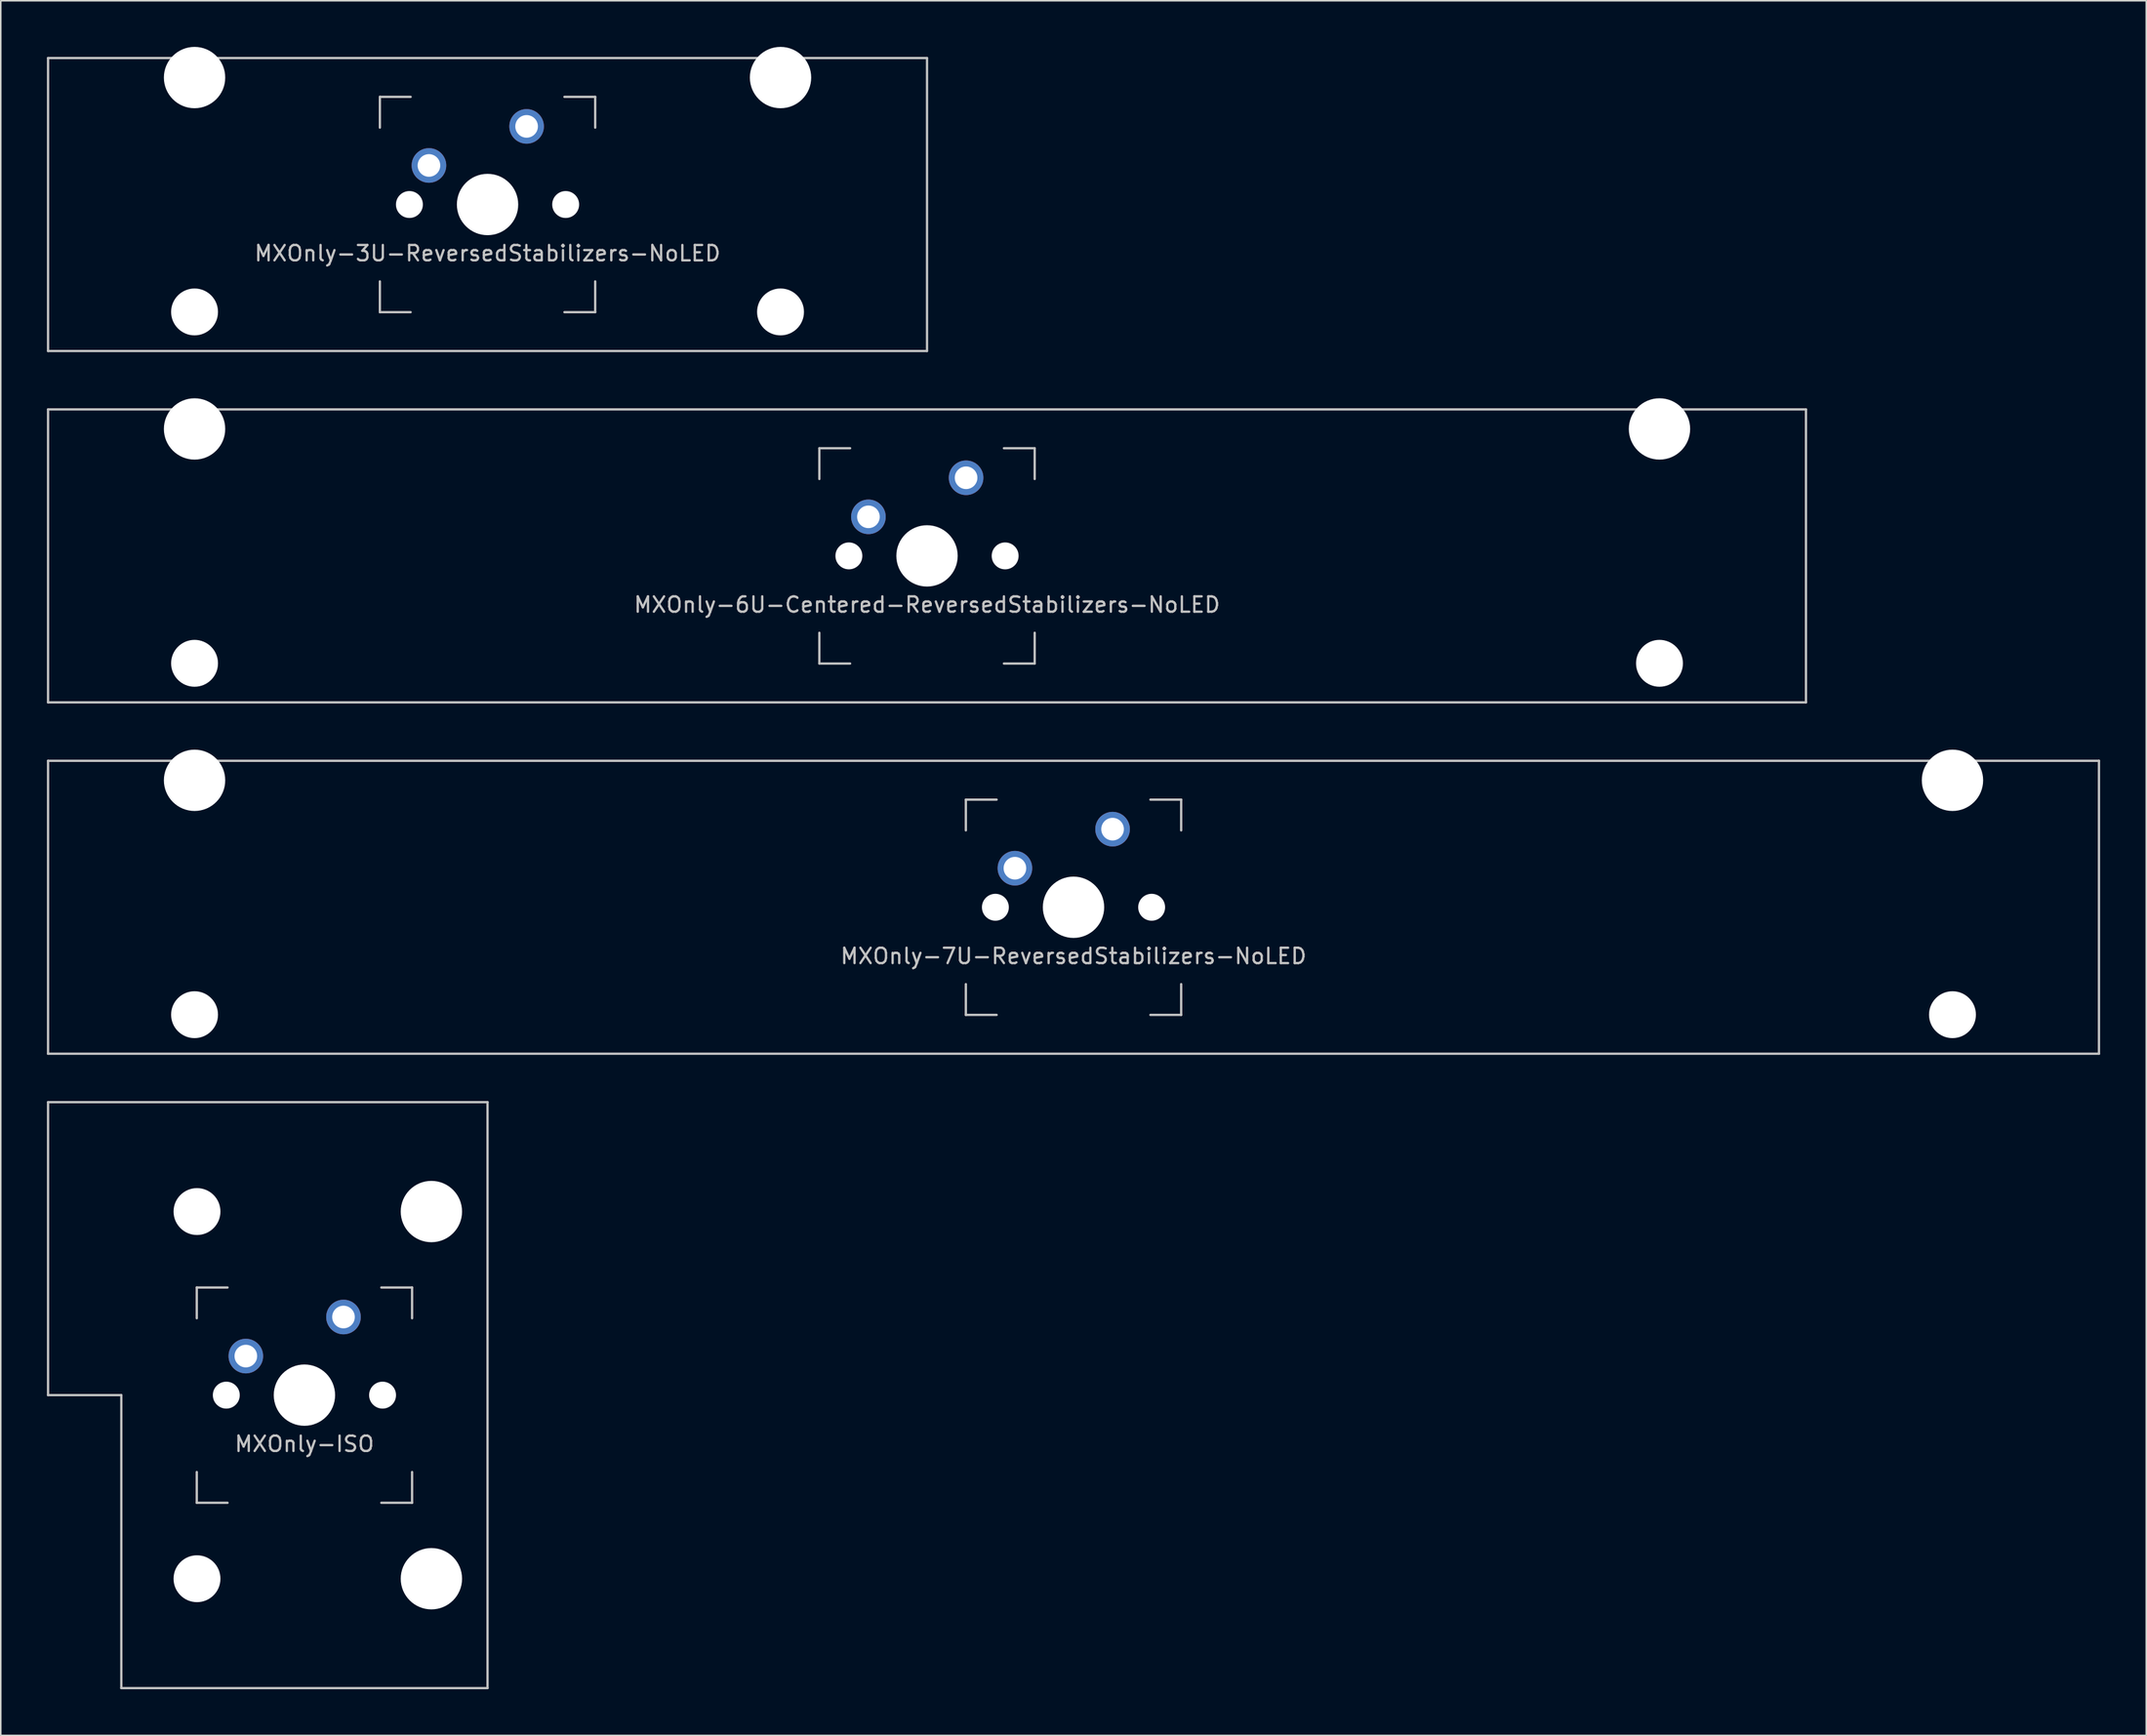
<source format=kicad_pcb>
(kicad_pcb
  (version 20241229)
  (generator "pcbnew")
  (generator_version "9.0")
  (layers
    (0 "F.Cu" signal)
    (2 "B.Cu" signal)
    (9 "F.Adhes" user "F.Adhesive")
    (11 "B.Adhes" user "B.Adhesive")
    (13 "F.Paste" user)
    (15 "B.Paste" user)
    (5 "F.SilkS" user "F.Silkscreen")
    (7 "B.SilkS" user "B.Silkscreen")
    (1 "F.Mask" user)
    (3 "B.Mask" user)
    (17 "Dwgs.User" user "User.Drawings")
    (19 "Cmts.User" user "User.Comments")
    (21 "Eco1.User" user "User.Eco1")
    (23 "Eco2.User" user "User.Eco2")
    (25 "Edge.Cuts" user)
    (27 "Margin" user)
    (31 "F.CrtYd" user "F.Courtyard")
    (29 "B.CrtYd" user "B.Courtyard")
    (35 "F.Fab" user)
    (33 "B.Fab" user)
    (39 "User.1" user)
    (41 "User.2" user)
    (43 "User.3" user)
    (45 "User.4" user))
  (footprint "MXOnly-6U-Centered-ReversedStabilizers-NoLED"
    (layer "F.Cu")
    (at 57.225 33.098)
    (property "Reference" "MXOnly-6U-Centered-ReversedStabilizers-NoLED" (at 0 3.175 0) (layer "Dwgs.User") (effects (font (size 1 1) (thickness 0.15))))
    (attr through_hole)
    (fp_line (start -57.15 -9.525) (end 57.15 -9.525) (stroke (width 0.15) (type solid)) (layer "Dwgs.User"))
    (fp_line (start -57.15 9.525) (end -57.15 -9.525) (stroke (width 0.15) (type solid)) (layer "Dwgs.User"))
    (fp_line (start -57.15 9.525) (end 57.15 9.525) (stroke (width 0.15) (type solid)) (layer "Dwgs.User"))
    (fp_line (start -7 -7) (end -7 -5) (stroke (width 0.15) (type solid)) (layer "Dwgs.User"))
    (fp_line (start -7 5) (end -7 7) (stroke (width 0.15) (type solid)) (layer "Dwgs.User"))
    (fp_line (start -7 7) (end -5 7) (stroke (width 0.15) (type solid)) (layer "Dwgs.User"))
    (fp_line (start -5 -7) (end -7 -7) (stroke (width 0.15) (type solid)) (layer "Dwgs.User"))
    (fp_line (start 5 -7) (end 7 -7) (stroke (width 0.15) (type solid)) (layer "Dwgs.User"))
    (fp_line (start 5 7) (end 7 7) (stroke (width 0.15) (type solid)) (layer "Dwgs.User"))
    (fp_line (start 7 -7) (end 7 -5) (stroke (width 0.15) (type solid)) (layer "Dwgs.User"))
    (fp_line (start 7 7) (end 7 5) (stroke (width 0.15) (type solid)) (layer "Dwgs.User"))
    (fp_line (start 57.15 -9.525) (end 57.15 9.525) (stroke (width 0.15) (type solid)) (layer "Dwgs.User"))
    (pad "" np_thru_hole circle (at -47.625 -8.255) (size 3.988 3.988) (drill 3.988) (layers "*.Cu" "*.Mask"))
    (pad "" np_thru_hole circle (at -47.625 6.985) (size 3.048 3.048) (drill 3.048) (layers "*.Cu" "*.Mask"))
    (pad "" np_thru_hole circle (at -5.08 0 48.1) (size 1.75 1.75) (drill 1.75) (layers "*.Cu" "*.Mask"))
    (pad "" np_thru_hole circle (at 0 0) (size 3.988 3.988) (drill 3.988) (layers "*.Cu" "*.Mask"))
    (pad "" np_thru_hole circle (at 5.08 0 48.1) (size 1.75 1.75) (drill 1.75) (layers "*.Cu" "*.Mask"))
    (pad "" np_thru_hole circle (at 47.625 -8.255) (size 3.988 3.988) (drill 3.988) (layers "*.Cu" "*.Mask"))
    (pad "" np_thru_hole circle (at 47.625 6.985) (size 3.048 3.048) (drill 3.048) (layers "*.Cu" "*.Mask"))
    (pad "1" thru_hole circle (at -3.81 -2.54) (size 2.25 2.25) (drill 1.47) (layers "*.Cu" "*.Mask"))
    (pad "2" thru_hole circle (at 2.54 -5.08) (size 2.25 2.25) (drill 1.47) (layers "*.Cu" "*.Mask")))
  (footprint "MXOnly-3U-ReversedStabilizers-NoLED"
    (layer "F.Cu")
    (at 28.65 10.249)
    (property "Reference" "MXOnly-3U-ReversedStabilizers-NoLED" (at 0 3.175 0) (layer "Dwgs.User") (effects (font (size 1 1) (thickness 0.15))))
    (attr through_hole)
    (fp_line (start -28.575 -9.525) (end 28.575 -9.525) (stroke (width 0.15) (type solid)) (layer "Dwgs.User"))
    (fp_line (start -28.575 9.525) (end -28.575 -9.525) (stroke (width 0.15) (type solid)) (layer "Dwgs.User"))
    (fp_line (start -28.575 9.525) (end 28.575 9.525) (stroke (width 0.15) (type solid)) (layer "Dwgs.User"))
    (fp_line (start -7 -7) (end -7 -5) (stroke (width 0.15) (type solid)) (layer "Dwgs.User"))
    (fp_line (start -7 5) (end -7 7) (stroke (width 0.15) (type solid)) (layer "Dwgs.User"))
    (fp_line (start -7 7) (end -5 7) (stroke (width 0.15) (type solid)) (layer "Dwgs.User"))
    (fp_line (start -5 -7) (end -7 -7) (stroke (width 0.15) (type solid)) (layer "Dwgs.User"))
    (fp_line (start 5 -7) (end 7 -7) (stroke (width 0.15) (type solid)) (layer "Dwgs.User"))
    (fp_line (start 5 7) (end 7 7) (stroke (width 0.15) (type solid)) (layer "Dwgs.User"))
    (fp_line (start 7 -7) (end 7 -5) (stroke (width 0.15) (type solid)) (layer "Dwgs.User"))
    (fp_line (start 7 7) (end 7 5) (stroke (width 0.15) (type solid)) (layer "Dwgs.User"))
    (fp_line (start 28.575 -9.525) (end 28.575 9.525) (stroke (width 0.15) (type solid)) (layer "Dwgs.User"))
    (pad "" np_thru_hole circle (at -19.05 -8.255) (size 3.988 3.988) (drill 3.988) (layers "*.Cu" "*.Mask"))
    (pad "" np_thru_hole circle (at -19.05 6.985) (size 3.048 3.048) (drill 3.048) (layers "*.Cu" "*.Mask"))
    (pad "" np_thru_hole circle (at -5.08 0 48.1) (size 1.75 1.75) (drill 1.75) (layers "*.Cu" "*.Mask"))
    (pad "" np_thru_hole circle (at 0 0) (size 3.988 3.988) (drill 3.988) (layers "*.Cu" "*.Mask"))
    (pad "" np_thru_hole circle (at 5.08 0 48.1) (size 1.75 1.75) (drill 1.75) (layers "*.Cu" "*.Mask"))
    (pad "" np_thru_hole circle (at 19.05 -8.255) (size 3.988 3.988) (drill 3.988) (layers "*.Cu" "*.Mask"))
    (pad "" np_thru_hole circle (at 19.05 6.985) (size 3.048 3.048) (drill 3.048) (layers "*.Cu" "*.Mask"))
    (pad "1" thru_hole circle (at -3.81 -2.54 48.1) (size 2.25 2.25) (drill 1.47) (layers "*.Cu" "*.Mask"))
    (pad "2" thru_hole circle (at 2.54 -5.08) (size 2.25 2.25) (drill 1.47) (layers "*.Cu" "*.Mask")))
  (footprint "MXOnly-ISO"
    (layer "F.Cu")
    (at 16.744 87.672)
    (property "Reference" "MXOnly-ISO" (at 0 3.175 0) (layer "Dwgs.User") (effects (font (size 1 1) (thickness 0.15))))
    (attr through_hole)
    (fp_line (start -16.669 -19.05) (end -16.669 0) (stroke (width 0.15) (type solid)) (layer "Dwgs.User"))
    (fp_line (start -16.669 -19.05) (end 11.906 -19.05) (stroke (width 0.15) (type solid)) (layer "Dwgs.User"))
    (fp_line (start -11.906 0) (end -16.669 0) (stroke (width 0.15) (type solid)) (layer "Dwgs.User"))
    (fp_line (start -11.906 19.05) (end -11.906 0) (stroke (width 0.15) (type solid)) (layer "Dwgs.User"))
    (fp_line (start -11.906 19.05) (end 11.906 19.05) (stroke (width 0.15) (type solid)) (layer "Dwgs.User"))
    (fp_line (start -7 -7) (end -7 -5) (stroke (width 0.15) (type solid)) (layer "Dwgs.User"))
    (fp_line (start -7 5) (end -7 7) (stroke (width 0.15) (type solid)) (layer "Dwgs.User"))
    (fp_line (start -7 7) (end -5 7) (stroke (width 0.15) (type solid)) (layer "Dwgs.User"))
    (fp_line (start -5 -7) (end -7 -7) (stroke (width 0.15) (type solid)) (layer "Dwgs.User"))
    (fp_line (start 5 -7) (end 7 -7) (stroke (width 0.15) (type solid)) (layer "Dwgs.User"))
    (fp_line (start 5 7) (end 7 7) (stroke (width 0.15) (type solid)) (layer "Dwgs.User"))
    (fp_line (start 7 -7) (end 7 -5) (stroke (width 0.15) (type solid)) (layer "Dwgs.User"))
    (fp_line (start 7 7) (end 7 5) (stroke (width 0.15) (type solid)) (layer "Dwgs.User"))
    (fp_line (start 11.906 -19.05) (end 11.906 19.05) (stroke (width 0.15) (type solid)) (layer "Dwgs.User"))
    (pad "" np_thru_hole circle (at -6.985 -11.938) (size 3.048 3.048) (drill 3.048) (layers "*.Cu" "*.Mask"))
    (pad "" np_thru_hole circle (at -6.985 11.938) (size 3.048 3.048) (drill 3.048) (layers "*.Cu" "*.Mask"))
    (pad "" np_thru_hole circle (at -5.08 0 48.1) (size 1.75 1.75) (drill 1.75) (layers "*.Cu" "*.Mask"))
    (pad "" np_thru_hole circle (at 0 0) (size 3.988 3.988) (drill 3.988) (layers "*.Cu" "*.Mask"))
    (pad "" np_thru_hole circle (at 5.08 0 48.1) (size 1.75 1.75) (drill 1.75) (layers "*.Cu" "*.Mask"))
    (pad "" np_thru_hole circle (at 8.255 -11.938) (size 3.988 3.988) (drill 3.988) (layers "*.Cu" "*.Mask"))
    (pad "" np_thru_hole circle (at 8.255 11.938) (size 3.988 3.988) (drill 3.988) (layers "*.Cu" "*.Mask"))
    (pad "1" thru_hole circle (at -3.81 -2.54) (size 2.25 2.25) (drill 1.47) (layers "*.Cu" "*.Mask"))
    (pad "2" thru_hole circle (at 2.54 -5.08) (size 2.25 2.25) (drill 1.47) (layers "*.Cu" "*.Mask")))
  (footprint "MXOnly-7U-ReversedStabilizers-NoLED"
    (layer "F.Cu")
    (at 66.75 55.947)
    (property "Reference" "MXOnly-7U-ReversedStabilizers-NoLED" (at 0 3.175 0) (layer "Dwgs.User") (effects (font (size 1 1) (thickness 0.15))))
    (attr through_hole)
    (fp_line (start -66.675 -9.525) (end 66.675 -9.525) (stroke (width 0.15) (type solid)) (layer "Dwgs.User"))
    (fp_line (start -66.675 9.525) (end -66.675 -9.525) (stroke (width 0.15) (type solid)) (layer "Dwgs.User"))
    (fp_line (start -66.675 9.525) (end 66.675 9.525) (stroke (width 0.15) (type solid)) (layer "Dwgs.User"))
    (fp_line (start -7 -7) (end -7 -5) (stroke (width 0.15) (type solid)) (layer "Dwgs.User"))
    (fp_line (start -7 5) (end -7 7) (stroke (width 0.15) (type solid)) (layer "Dwgs.User"))
    (fp_line (start -7 7) (end -5 7) (stroke (width 0.15) (type solid)) (layer "Dwgs.User"))
    (fp_line (start -5 -7) (end -7 -7) (stroke (width 0.15) (type solid)) (layer "Dwgs.User"))
    (fp_line (start 5 -7) (end 7 -7) (stroke (width 0.15) (type solid)) (layer "Dwgs.User"))
    (fp_line (start 5 7) (end 7 7) (stroke (width 0.15) (type solid)) (layer "Dwgs.User"))
    (fp_line (start 7 -7) (end 7 -5) (stroke (width 0.15) (type solid)) (layer "Dwgs.User"))
    (fp_line (start 7 7) (end 7 5) (stroke (width 0.15) (type solid)) (layer "Dwgs.User"))
    (fp_line (start 66.675 -9.525) (end 66.675 9.525) (stroke (width 0.15) (type solid)) (layer "Dwgs.User"))
    (pad "" np_thru_hole circle (at -57.15 -8.255) (size 3.988 3.988) (drill 3.988) (layers "*.Cu" "*.Mask"))
    (pad "" np_thru_hole circle (at -57.15 6.985) (size 3.048 3.048) (drill 3.048) (layers "*.Cu" "*.Mask"))
    (pad "" np_thru_hole circle (at -5.08 0 48.1) (size 1.75 1.75) (drill 1.75) (layers "*.Cu" "*.Mask"))
    (pad "" np_thru_hole circle (at 0 0) (size 3.988 3.988) (drill 3.988) (layers "*.Cu" "*.Mask"))
    (pad "" np_thru_hole circle (at 5.08 0 48.1) (size 1.75 1.75) (drill 1.75) (layers "*.Cu" "*.Mask"))
    (pad "" np_thru_hole circle (at 57.15 -8.255) (size 3.988 3.988) (drill 3.988) (layers "*.Cu" "*.Mask"))
    (pad "" np_thru_hole circle (at 57.15 6.985) (size 3.048 3.048) (drill 3.048) (layers "*.Cu" "*.Mask"))
    (pad "1" thru_hole circle (at -3.81 -2.54) (size 2.25 2.25) (drill 1.47) (layers "*.Cu" "*.Mask"))
    (pad "2" thru_hole circle (at 2.54 -5.08) (size 2.25 2.25) (drill 1.47) (layers "*.Cu" "*.Mask")))
  (gr_rect
    (start -3 -3)
    (end 136.5 109.797)
    (stroke (width 0.1) (type default))
    (fill no)
    (layer "Edge.Cuts")))
</source>
